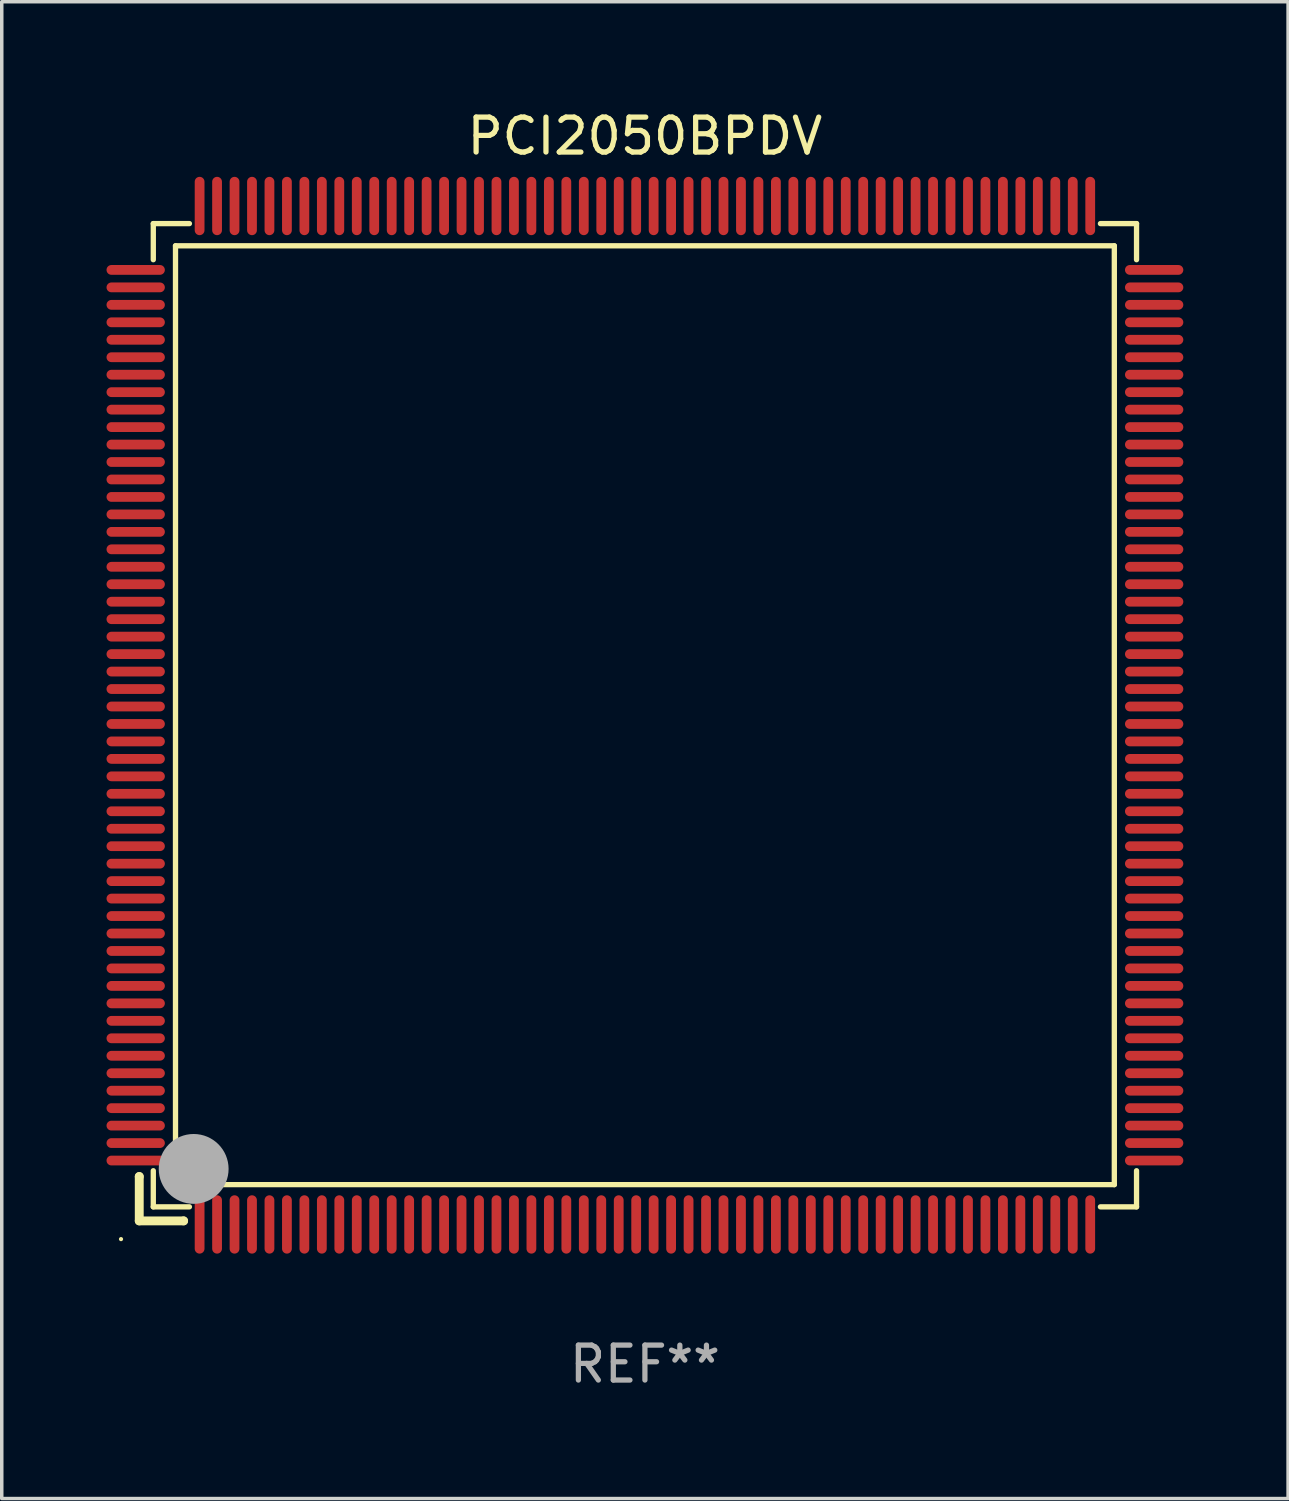
<source format=kicad_pcb>
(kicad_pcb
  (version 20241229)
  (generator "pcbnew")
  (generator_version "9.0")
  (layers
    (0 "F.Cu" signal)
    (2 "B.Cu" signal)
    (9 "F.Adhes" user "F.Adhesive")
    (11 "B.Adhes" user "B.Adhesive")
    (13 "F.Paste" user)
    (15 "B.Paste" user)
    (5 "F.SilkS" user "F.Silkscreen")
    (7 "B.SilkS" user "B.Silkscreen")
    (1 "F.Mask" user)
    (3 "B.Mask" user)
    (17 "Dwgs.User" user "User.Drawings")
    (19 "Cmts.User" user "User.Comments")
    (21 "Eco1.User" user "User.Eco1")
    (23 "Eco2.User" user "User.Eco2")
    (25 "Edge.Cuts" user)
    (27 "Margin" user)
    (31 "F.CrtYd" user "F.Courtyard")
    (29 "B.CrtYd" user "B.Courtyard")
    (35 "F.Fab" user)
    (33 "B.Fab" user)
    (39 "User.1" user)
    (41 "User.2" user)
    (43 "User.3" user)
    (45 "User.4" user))
  (footprint "PCI2050BPDV"
    (layer "F.Cu")
    (at 15.415 17.428)
    (property "Reference" "PCI2050BPDV" (at 0 -16.58 0) (layer "F.SilkS") (effects (font (size 1 1) (thickness 0.15))))
    (attr through_hole)
    (fp_line (start -14.478 13.208) (end -14.478 13.208) (stroke (width 0.254) (type solid)) (layer "F.SilkS"))
    (fp_line (start -14.478 13.208) (end -14.478 14.478) (stroke (width 0.254) (type solid)) (layer "F.SilkS"))
    (fp_line (start -14.478 14.478) (end -13.208 14.478) (stroke (width 0.254) (type solid)) (layer "F.SilkS"))
    (fp_line (start -14.076 -14.076) (end -14.076 -13.042) (stroke (width 0.152) (type solid)) (layer "F.SilkS"))
    (fp_line (start -14.076 14.076) (end -14.076 13.042) (stroke (width 0.152) (type solid)) (layer "F.SilkS"))
    (fp_line (start -13.44 -13.44) (end 13.44 -13.44) (stroke (width 0.152) (type solid)) (layer "F.SilkS"))
    (fp_line (start -13.44 13.44) (end -13.44 -13.44) (stroke (width 0.152) (type solid)) (layer "F.SilkS"))
    (fp_line (start -13.208 14.478) (end -13.208 14.478) (stroke (width 0.254) (type solid)) (layer "F.SilkS"))
    (fp_line (start -13.042 -14.076) (end -14.076 -14.076) (stroke (width 0.152) (type solid)) (layer "F.SilkS"))
    (fp_line (start -13.042 14.076) (end -14.076 14.076) (stroke (width 0.152) (type solid)) (layer "F.SilkS"))
    (fp_line (start 13.042 -14.076) (end 14.076 -14.076) (stroke (width 0.152) (type solid)) (layer "F.SilkS"))
    (fp_line (start 13.042 14.076) (end 14.076 14.076) (stroke (width 0.152) (type solid)) (layer "F.SilkS"))
    (fp_line (start 13.44 -13.44) (end 13.44 13.44) (stroke (width 0.152) (type solid)) (layer "F.SilkS"))
    (fp_line (start 13.44 13.44) (end -13.44 13.44) (stroke (width 0.152) (type solid)) (layer "F.SilkS"))
    (fp_line (start 14.076 -14.076) (end 14.076 -13.042) (stroke (width 0.152) (type solid)) (layer "F.SilkS"))
    (fp_line (start 14.076 14.076) (end 14.076 13.042) (stroke (width 0.152) (type solid)) (layer "F.SilkS"))
    (fp_circle (center -15 15) (end -14.97 15) (stroke (width 0.06) (type solid)) (fill no) (layer "F.SilkS"))
    (fp_circle (center -13.138 13.138) (end -13.063 13.138) (stroke (width 0.15) (type solid)) (fill no) (layer "F.SilkS"))
    (fp_circle (center -12.92 12.99) (end -12.42 12.99) (stroke (width 1) (type solid)) (fill no) (layer "F.Fab"))
    (fp_text user "REF**" (at 0 18.58 0) (layer "F.Fab") (effects (font (size 1 1) (thickness 0.15))))
    (pad "1" smd oval (at -12.75 14.58) (size 0.28 1.67) (layers "F.Cu" "F.Mask" "F.Paste"))
    (pad "2" smd oval (at -12.25 14.58) (size 0.28 1.67) (layers "F.Cu" "F.Mask" "F.Paste"))
    (pad "3" smd oval (at -11.75 14.58) (size 0.28 1.67) (layers "F.Cu" "F.Mask" "F.Paste"))
    (pad "4" smd oval (at -11.25 14.58) (size 0.28 1.67) (layers "F.Cu" "F.Mask" "F.Paste"))
    (pad "5" smd oval (at -10.75 14.58) (size 0.28 1.67) (layers "F.Cu" "F.Mask" "F.Paste"))
    (pad "6" smd oval (at -10.25 14.58) (size 0.28 1.67) (layers "F.Cu" "F.Mask" "F.Paste"))
    (pad "7" smd oval (at -9.75 14.58) (size 0.28 1.67) (layers "F.Cu" "F.Mask" "F.Paste"))
    (pad "8" smd oval (at -9.25 14.58) (size 0.28 1.67) (layers "F.Cu" "F.Mask" "F.Paste"))
    (pad "9" smd oval (at -8.75 14.58) (size 0.28 1.67) (layers "F.Cu" "F.Mask" "F.Paste"))
    (pad "10" smd oval (at -8.25 14.58) (size 0.28 1.67) (layers "F.Cu" "F.Mask" "F.Paste"))
    (pad "11" smd oval (at -7.75 14.58) (size 0.28 1.67) (layers "F.Cu" "F.Mask" "F.Paste"))
    (pad "12" smd oval (at -7.25 14.58) (size 0.28 1.67) (layers "F.Cu" "F.Mask" "F.Paste"))
    (pad "13" smd oval (at -6.75 14.58) (size 0.28 1.67) (layers "F.Cu" "F.Mask" "F.Paste"))
    (pad "14" smd oval (at -6.25 14.58) (size 0.28 1.67) (layers "F.Cu" "F.Mask" "F.Paste"))
    (pad "15" smd oval (at -5.75 14.58) (size 0.28 1.67) (layers "F.Cu" "F.Mask" "F.Paste"))
    (pad "16" smd oval (at -5.25 14.58) (size 0.28 1.67) (layers "F.Cu" "F.Mask" "F.Paste"))
    (pad "17" smd oval (at -4.75 14.58) (size 0.28 1.67) (layers "F.Cu" "F.Mask" "F.Paste"))
    (pad "18" smd oval (at -4.25 14.58) (size 0.28 1.67) (layers "F.Cu" "F.Mask" "F.Paste"))
    (pad "19" smd oval (at -3.75 14.58) (size 0.28 1.67) (layers "F.Cu" "F.Mask" "F.Paste"))
    (pad "20" smd oval (at -3.25 14.58) (size 0.28 1.67) (layers "F.Cu" "F.Mask" "F.Paste"))
    (pad "21" smd oval (at -2.75 14.58) (size 0.28 1.67) (layers "F.Cu" "F.Mask" "F.Paste"))
    (pad "22" smd oval (at -2.25 14.58) (size 0.28 1.67) (layers "F.Cu" "F.Mask" "F.Paste"))
    (pad "23" smd oval (at -1.75 14.58) (size 0.28 1.67) (layers "F.Cu" "F.Mask" "F.Paste"))
    (pad "24" smd oval (at -1.25 14.58) (size 0.28 1.67) (layers "F.Cu" "F.Mask" "F.Paste"))
    (pad "25" smd oval (at -0.75 14.58) (size 0.28 1.67) (layers "F.Cu" "F.Mask" "F.Paste"))
    (pad "26" smd oval (at -0.25 14.58) (size 0.28 1.67) (layers "F.Cu" "F.Mask" "F.Paste"))
    (pad "27" smd oval (at 0.25 14.58) (size 0.28 1.67) (layers "F.Cu" "F.Mask" "F.Paste"))
    (pad "28" smd oval (at 0.75 14.58) (size 0.28 1.67) (layers "F.Cu" "F.Mask" "F.Paste"))
    (pad "29" smd oval (at 1.25 14.58) (size 0.28 1.67) (layers "F.Cu" "F.Mask" "F.Paste"))
    (pad "30" smd oval (at 1.75 14.58) (size 0.28 1.67) (layers "F.Cu" "F.Mask" "F.Paste"))
    (pad "31" smd oval (at 2.25 14.58) (size 0.28 1.67) (layers "F.Cu" "F.Mask" "F.Paste"))
    (pad "32" smd oval (at 2.75 14.58) (size 0.28 1.67) (layers "F.Cu" "F.Mask" "F.Paste"))
    (pad "33" smd oval (at 3.25 14.58) (size 0.28 1.67) (layers "F.Cu" "F.Mask" "F.Paste"))
    (pad "34" smd oval (at 3.75 14.58) (size 0.28 1.67) (layers "F.Cu" "F.Mask" "F.Paste"))
    (pad "35" smd oval (at 4.25 14.58) (size 0.28 1.67) (layers "F.Cu" "F.Mask" "F.Paste"))
    (pad "36" smd oval (at 4.75 14.58) (size 0.28 1.67) (layers "F.Cu" "F.Mask" "F.Paste"))
    (pad "37" smd oval (at 5.25 14.58) (size 0.28 1.67) (layers "F.Cu" "F.Mask" "F.Paste"))
    (pad "38" smd oval (at 5.75 14.58) (size 0.28 1.67) (layers "F.Cu" "F.Mask" "F.Paste"))
    (pad "39" smd oval (at 6.25 14.58) (size 0.28 1.67) (layers "F.Cu" "F.Mask" "F.Paste"))
    (pad "40" smd oval (at 6.75 14.58) (size 0.28 1.67) (layers "F.Cu" "F.Mask" "F.Paste"))
    (pad "41" smd oval (at 7.25 14.58) (size 0.28 1.67) (layers "F.Cu" "F.Mask" "F.Paste"))
    (pad "42" smd oval (at 7.75 14.58) (size 0.28 1.67) (layers "F.Cu" "F.Mask" "F.Paste"))
    (pad "43" smd oval (at 8.25 14.58) (size 0.28 1.67) (layers "F.Cu" "F.Mask" "F.Paste"))
    (pad "44" smd oval (at 8.75 14.58) (size 0.28 1.67) (layers "F.Cu" "F.Mask" "F.Paste"))
    (pad "45" smd oval (at 9.25 14.58) (size 0.28 1.67) (layers "F.Cu" "F.Mask" "F.Paste"))
    (pad "46" smd oval (at 9.75 14.58) (size 0.28 1.67) (layers "F.Cu" "F.Mask" "F.Paste"))
    (pad "47" smd oval (at 10.25 14.58) (size 0.28 1.67) (layers "F.Cu" "F.Mask" "F.Paste"))
    (pad "48" smd oval (at 10.75 14.58) (size 0.28 1.67) (layers "F.Cu" "F.Mask" "F.Paste"))
    (pad "49" smd oval (at 11.25 14.58) (size 0.28 1.67) (layers "F.Cu" "F.Mask" "F.Paste"))
    (pad "50" smd oval (at 11.75 14.58) (size 0.28 1.67) (layers "F.Cu" "F.Mask" "F.Paste"))
    (pad "51" smd oval (at 12.25 14.58) (size 0.28 1.67) (layers "F.Cu" "F.Mask" "F.Paste"))
    (pad "52" smd oval (at 12.75 14.58) (size 0.28 1.67) (layers "F.Cu" "F.Mask" "F.Paste"))
    (pad "53" smd oval (at 14.58 12.75) (size 1.67 0.28) (layers "F.Cu" "F.Mask" "F.Paste"))
    (pad "54" smd oval (at 14.58 12.25) (size 1.67 0.28) (layers "F.Cu" "F.Mask" "F.Paste"))
    (pad "55" smd oval (at 14.58 11.75) (size 1.67 0.28) (layers "F.Cu" "F.Mask" "F.Paste"))
    (pad "56" smd oval (at 14.58 11.25) (size 1.67 0.28) (layers "F.Cu" "F.Mask" "F.Paste"))
    (pad "57" smd oval (at 14.58 10.75) (size 1.67 0.28) (layers "F.Cu" "F.Mask" "F.Paste"))
    (pad "58" smd oval (at 14.58 10.25) (size 1.67 0.28) (layers "F.Cu" "F.Mask" "F.Paste"))
    (pad "59" smd oval (at 14.58 9.75) (size 1.67 0.28) (layers "F.Cu" "F.Mask" "F.Paste"))
    (pad "60" smd oval (at 14.58 9.25) (size 1.67 0.28) (layers "F.Cu" "F.Mask" "F.Paste"))
    (pad "61" smd oval (at 14.58 8.75) (size 1.67 0.28) (layers "F.Cu" "F.Mask" "F.Paste"))
    (pad "62" smd oval (at 14.58 8.25) (size 1.67 0.28) (layers "F.Cu" "F.Mask" "F.Paste"))
    (pad "63" smd oval (at 14.58 7.75) (size 1.67 0.28) (layers "F.Cu" "F.Mask" "F.Paste"))
    (pad "64" smd oval (at 14.58 7.25) (size 1.67 0.28) (layers "F.Cu" "F.Mask" "F.Paste"))
    (pad "65" smd oval (at 14.58 6.75) (size 1.67 0.28) (layers "F.Cu" "F.Mask" "F.Paste"))
    (pad "66" smd oval (at 14.58 6.25) (size 1.67 0.28) (layers "F.Cu" "F.Mask" "F.Paste"))
    (pad "67" smd oval (at 14.58 5.75) (size 1.67 0.28) (layers "F.Cu" "F.Mask" "F.Paste"))
    (pad "68" smd oval (at 14.58 5.25) (size 1.67 0.28) (layers "F.Cu" "F.Mask" "F.Paste"))
    (pad "69" smd oval (at 14.58 4.75) (size 1.67 0.28) (layers "F.Cu" "F.Mask" "F.Paste"))
    (pad "70" smd oval (at 14.58 4.25) (size 1.67 0.28) (layers "F.Cu" "F.Mask" "F.Paste"))
    (pad "71" smd oval (at 14.58 3.75) (size 1.67 0.28) (layers "F.Cu" "F.Mask" "F.Paste"))
    (pad "72" smd oval (at 14.58 3.25) (size 1.67 0.28) (layers "F.Cu" "F.Mask" "F.Paste"))
    (pad "73" smd oval (at 14.58 2.75) (size 1.67 0.28) (layers "F.Cu" "F.Mask" "F.Paste"))
    (pad "74" smd oval (at 14.58 2.25) (size 1.67 0.28) (layers "F.Cu" "F.Mask" "F.Paste"))
    (pad "75" smd oval (at 14.58 1.75) (size 1.67 0.28) (layers "F.Cu" "F.Mask" "F.Paste"))
    (pad "76" smd oval (at 14.58 1.25) (size 1.67 0.28) (layers "F.Cu" "F.Mask" "F.Paste"))
    (pad "77" smd oval (at 14.58 0.75) (size 1.67 0.28) (layers "F.Cu" "F.Mask" "F.Paste"))
    (pad "78" smd oval (at 14.58 0.25) (size 1.67 0.28) (layers "F.Cu" "F.Mask" "F.Paste"))
    (pad "79" smd oval (at 14.58 -0.25) (size 1.67 0.28) (layers "F.Cu" "F.Mask" "F.Paste"))
    (pad "80" smd oval (at 14.58 -0.75) (size 1.67 0.28) (layers "F.Cu" "F.Mask" "F.Paste"))
    (pad "81" smd oval (at 14.58 -1.25) (size 1.67 0.28) (layers "F.Cu" "F.Mask" "F.Paste"))
    (pad "82" smd oval (at 14.58 -1.75) (size 1.67 0.28) (layers "F.Cu" "F.Mask" "F.Paste"))
    (pad "83" smd oval (at 14.58 -2.25) (size 1.67 0.28) (layers "F.Cu" "F.Mask" "F.Paste"))
    (pad "84" smd oval (at 14.58 -2.75) (size 1.67 0.28) (layers "F.Cu" "F.Mask" "F.Paste"))
    (pad "85" smd oval (at 14.58 -3.25) (size 1.67 0.28) (layers "F.Cu" "F.Mask" "F.Paste"))
    (pad "86" smd oval (at 14.58 -3.75) (size 1.67 0.28) (layers "F.Cu" "F.Mask" "F.Paste"))
    (pad "87" smd oval (at 14.58 -4.25) (size 1.67 0.28) (layers "F.Cu" "F.Mask" "F.Paste"))
    (pad "88" smd oval (at 14.58 -4.75) (size 1.67 0.28) (layers "F.Cu" "F.Mask" "F.Paste"))
    (pad "89" smd oval (at 14.58 -5.25) (size 1.67 0.28) (layers "F.Cu" "F.Mask" "F.Paste"))
    (pad "90" smd oval (at 14.58 -5.75) (size 1.67 0.28) (layers "F.Cu" "F.Mask" "F.Paste"))
    (pad "91" smd oval (at 14.58 -6.25) (size 1.67 0.28) (layers "F.Cu" "F.Mask" "F.Paste"))
    (pad "92" smd oval (at 14.58 -6.75) (size 1.67 0.28) (layers "F.Cu" "F.Mask" "F.Paste"))
    (pad "93" smd oval (at 14.58 -7.25) (size 1.67 0.28) (layers "F.Cu" "F.Mask" "F.Paste"))
    (pad "94" smd oval (at 14.58 -7.75) (size 1.67 0.28) (layers "F.Cu" "F.Mask" "F.Paste"))
    (pad "95" smd oval (at 14.58 -8.25) (size 1.67 0.28) (layers "F.Cu" "F.Mask" "F.Paste"))
    (pad "96" smd oval (at 14.58 -8.75) (size 1.67 0.28) (layers "F.Cu" "F.Mask" "F.Paste"))
    (pad "97" smd oval (at 14.58 -9.25) (size 1.67 0.28) (layers "F.Cu" "F.Mask" "F.Paste"))
    (pad "98" smd oval (at 14.58 -9.75) (size 1.67 0.28) (layers "F.Cu" "F.Mask" "F.Paste"))
    (pad "99" smd oval (at 14.58 -10.25) (size 1.67 0.28) (layers "F.Cu" "F.Mask" "F.Paste"))
    (pad "100" smd oval (at 14.58 -10.75) (size 1.67 0.28) (layers "F.Cu" "F.Mask" "F.Paste"))
    (pad "101" smd oval (at 14.58 -11.25) (size 1.67 0.28) (layers "F.Cu" "F.Mask" "F.Paste"))
    (pad "102" smd oval (at 14.58 -11.75) (size 1.67 0.28) (layers "F.Cu" "F.Mask" "F.Paste"))
    (pad "103" smd oval (at 14.58 -12.25) (size 1.67 0.28) (layers "F.Cu" "F.Mask" "F.Paste"))
    (pad "104" smd oval (at 14.58 -12.75) (size 1.67 0.28) (layers "F.Cu" "F.Mask" "F.Paste"))
    (pad "105" smd oval (at 12.75 -14.58) (size 0.28 1.67) (layers "F.Cu" "F.Mask" "F.Paste"))
    (pad "106" smd oval (at 12.25 -14.58) (size 0.28 1.67) (layers "F.Cu" "F.Mask" "F.Paste"))
    (pad "107" smd oval (at 11.75 -14.58) (size 0.28 1.67) (layers "F.Cu" "F.Mask" "F.Paste"))
    (pad "108" smd oval (at 11.25 -14.58) (size 0.28 1.67) (layers "F.Cu" "F.Mask" "F.Paste"))
    (pad "109" smd oval (at 10.75 -14.58) (size 0.28 1.67) (layers "F.Cu" "F.Mask" "F.Paste"))
    (pad "110" smd oval (at 10.25 -14.58) (size 0.28 1.67) (layers "F.Cu" "F.Mask" "F.Paste"))
    (pad "111" smd oval (at 9.75 -14.58) (size 0.28 1.67) (layers "F.Cu" "F.Mask" "F.Paste"))
    (pad "112" smd oval (at 9.25 -14.58) (size 0.28 1.67) (layers "F.Cu" "F.Mask" "F.Paste"))
    (pad "113" smd oval (at 8.75 -14.58) (size 0.28 1.67) (layers "F.Cu" "F.Mask" "F.Paste"))
    (pad "114" smd oval (at 8.25 -14.58) (size 0.28 1.67) (layers "F.Cu" "F.Mask" "F.Paste"))
    (pad "115" smd oval (at 7.75 -14.58) (size 0.28 1.67) (layers "F.Cu" "F.Mask" "F.Paste"))
    (pad "116" smd oval (at 7.25 -14.58) (size 0.28 1.67) (layers "F.Cu" "F.Mask" "F.Paste"))
    (pad "117" smd oval (at 6.75 -14.58) (size 0.28 1.67) (layers "F.Cu" "F.Mask" "F.Paste"))
    (pad "118" smd oval (at 6.25 -14.58) (size 0.28 1.67) (layers "F.Cu" "F.Mask" "F.Paste"))
    (pad "119" smd oval (at 5.75 -14.58) (size 0.28 1.67) (layers "F.Cu" "F.Mask" "F.Paste"))
    (pad "120" smd oval (at 5.25 -14.58) (size 0.28 1.67) (layers "F.Cu" "F.Mask" "F.Paste"))
    (pad "121" smd oval (at 4.75 -14.58) (size 0.28 1.67) (layers "F.Cu" "F.Mask" "F.Paste"))
    (pad "122" smd oval (at 4.25 -14.58) (size 0.28 1.67) (layers "F.Cu" "F.Mask" "F.Paste"))
    (pad "123" smd oval (at 3.75 -14.58) (size 0.28 1.67) (layers "F.Cu" "F.Mask" "F.Paste"))
    (pad "124" smd oval (at 3.25 -14.58) (size 0.28 1.67) (layers "F.Cu" "F.Mask" "F.Paste"))
    (pad "125" smd oval (at 2.75 -14.58) (size 0.28 1.67) (layers "F.Cu" "F.Mask" "F.Paste"))
    (pad "126" smd oval (at 2.25 -14.58) (size 0.28 1.67) (layers "F.Cu" "F.Mask" "F.Paste"))
    (pad "127" smd oval (at 1.75 -14.58) (size 0.28 1.67) (layers "F.Cu" "F.Mask" "F.Paste"))
    (pad "128" smd oval (at 1.25 -14.58) (size 0.28 1.67) (layers "F.Cu" "F.Mask" "F.Paste"))
    (pad "129" smd oval (at 0.75 -14.58) (size 0.28 1.67) (layers "F.Cu" "F.Mask" "F.Paste"))
    (pad "130" smd oval (at 0.25 -14.58) (size 0.28 1.67) (layers "F.Cu" "F.Mask" "F.Paste"))
    (pad "131" smd oval (at -0.25 -14.58) (size 0.28 1.67) (layers "F.Cu" "F.Mask" "F.Paste"))
    (pad "132" smd oval (at -0.75 -14.58) (size 0.28 1.67) (layers "F.Cu" "F.Mask" "F.Paste"))
    (pad "133" smd oval (at -1.25 -14.58) (size 0.28 1.67) (layers "F.Cu" "F.Mask" "F.Paste"))
    (pad "134" smd oval (at -1.75 -14.58) (size 0.28 1.67) (layers "F.Cu" "F.Mask" "F.Paste"))
    (pad "135" smd oval (at -2.25 -14.58) (size 0.28 1.67) (layers "F.Cu" "F.Mask" "F.Paste"))
    (pad "136" smd oval (at -2.75 -14.58) (size 0.28 1.67) (layers "F.Cu" "F.Mask" "F.Paste"))
    (pad "137" smd oval (at -3.25 -14.58) (size 0.28 1.67) (layers "F.Cu" "F.Mask" "F.Paste"))
    (pad "138" smd oval (at -3.75 -14.58) (size 0.28 1.67) (layers "F.Cu" "F.Mask" "F.Paste"))
    (pad "139" smd oval (at -4.25 -14.58) (size 0.28 1.67) (layers "F.Cu" "F.Mask" "F.Paste"))
    (pad "140" smd oval (at -4.75 -14.58) (size 0.28 1.67) (layers "F.Cu" "F.Mask" "F.Paste"))
    (pad "141" smd oval (at -5.25 -14.58) (size 0.28 1.67) (layers "F.Cu" "F.Mask" "F.Paste"))
    (pad "142" smd oval (at -5.75 -14.58) (size 0.28 1.67) (layers "F.Cu" "F.Mask" "F.Paste"))
    (pad "143" smd oval (at -6.25 -14.58) (size 0.28 1.67) (layers "F.Cu" "F.Mask" "F.Paste"))
    (pad "144" smd oval (at -6.75 -14.58) (size 0.28 1.67) (layers "F.Cu" "F.Mask" "F.Paste"))
    (pad "145" smd oval (at -7.25 -14.58) (size 0.28 1.67) (layers "F.Cu" "F.Mask" "F.Paste"))
    (pad "146" smd oval (at -7.75 -14.58) (size 0.28 1.67) (layers "F.Cu" "F.Mask" "F.Paste"))
    (pad "147" smd oval (at -8.25 -14.58) (size 0.28 1.67) (layers "F.Cu" "F.Mask" "F.Paste"))
    (pad "148" smd oval (at -8.75 -14.58) (size 0.28 1.67) (layers "F.Cu" "F.Mask" "F.Paste"))
    (pad "149" smd oval (at -9.25 -14.58) (size 0.28 1.67) (layers "F.Cu" "F.Mask" "F.Paste"))
    (pad "150" smd oval (at -9.75 -14.58) (size 0.28 1.67) (layers "F.Cu" "F.Mask" "F.Paste"))
    (pad "151" smd oval (at -10.25 -14.58) (size 0.28 1.67) (layers "F.Cu" "F.Mask" "F.Paste"))
    (pad "152" smd oval (at -10.75 -14.58) (size 0.28 1.67) (layers "F.Cu" "F.Mask" "F.Paste"))
    (pad "153" smd oval (at -11.25 -14.58) (size 0.28 1.67) (layers "F.Cu" "F.Mask" "F.Paste"))
    (pad "154" smd oval (at -11.75 -14.58) (size 0.28 1.67) (layers "F.Cu" "F.Mask" "F.Paste"))
    (pad "155" smd oval (at -12.25 -14.58) (size 0.28 1.67) (layers "F.Cu" "F.Mask" "F.Paste"))
    (pad "156" smd oval (at -12.75 -14.58) (size 0.28 1.67) (layers "F.Cu" "F.Mask" "F.Paste"))
    (pad "157" smd oval (at -14.58 -12.75) (size 1.67 0.28) (layers "F.Cu" "F.Mask" "F.Paste"))
    (pad "158" smd oval (at -14.58 -12.25) (size 1.67 0.28) (layers "F.Cu" "F.Mask" "F.Paste"))
    (pad "159" smd oval (at -14.58 -11.75) (size 1.67 0.28) (layers "F.Cu" "F.Mask" "F.Paste"))
    (pad "160" smd oval (at -14.58 -11.25) (size 1.67 0.28) (layers "F.Cu" "F.Mask" "F.Paste"))
    (pad "161" smd oval (at -14.58 -10.75) (size 1.67 0.28) (layers "F.Cu" "F.Mask" "F.Paste"))
    (pad "162" smd oval (at -14.58 -10.25) (size 1.67 0.28) (layers "F.Cu" "F.Mask" "F.Paste"))
    (pad "163" smd oval (at -14.58 -9.75) (size 1.67 0.28) (layers "F.Cu" "F.Mask" "F.Paste"))
    (pad "164" smd oval (at -14.58 -9.25) (size 1.67 0.28) (layers "F.Cu" "F.Mask" "F.Paste"))
    (pad "165" smd oval (at -14.58 -8.75) (size 1.67 0.28) (layers "F.Cu" "F.Mask" "F.Paste"))
    (pad "166" smd oval (at -14.58 -8.25) (size 1.67 0.28) (layers "F.Cu" "F.Mask" "F.Paste"))
    (pad "167" smd oval (at -14.58 -7.75) (size 1.67 0.28) (layers "F.Cu" "F.Mask" "F.Paste"))
    (pad "168" smd oval (at -14.58 -7.25) (size 1.67 0.28) (layers "F.Cu" "F.Mask" "F.Paste"))
    (pad "169" smd oval (at -14.58 -6.75) (size 1.67 0.28) (layers "F.Cu" "F.Mask" "F.Paste"))
    (pad "170" smd oval (at -14.58 -6.25) (size 1.67 0.28) (layers "F.Cu" "F.Mask" "F.Paste"))
    (pad "171" smd oval (at -14.58 -5.75) (size 1.67 0.28) (layers "F.Cu" "F.Mask" "F.Paste"))
    (pad "172" smd oval (at -14.58 -5.25) (size 1.67 0.28) (layers "F.Cu" "F.Mask" "F.Paste"))
    (pad "173" smd oval (at -14.58 -4.75) (size 1.67 0.28) (layers "F.Cu" "F.Mask" "F.Paste"))
    (pad "174" smd oval (at -14.58 -4.25) (size 1.67 0.28) (layers "F.Cu" "F.Mask" "F.Paste"))
    (pad "175" smd oval (at -14.58 -3.75) (size 1.67 0.28) (layers "F.Cu" "F.Mask" "F.Paste"))
    (pad "176" smd oval (at -14.58 -3.25) (size 1.67 0.28) (layers "F.Cu" "F.Mask" "F.Paste"))
    (pad "177" smd oval (at -14.58 -2.75) (size 1.67 0.28) (layers "F.Cu" "F.Mask" "F.Paste"))
    (pad "178" smd oval (at -14.58 -2.25) (size 1.67 0.28) (layers "F.Cu" "F.Mask" "F.Paste"))
    (pad "179" smd oval (at -14.58 -1.75) (size 1.67 0.28) (layers "F.Cu" "F.Mask" "F.Paste"))
    (pad "180" smd oval (at -14.58 -1.25) (size 1.67 0.28) (layers "F.Cu" "F.Mask" "F.Paste"))
    (pad "181" smd oval (at -14.58 -0.75) (size 1.67 0.28) (layers "F.Cu" "F.Mask" "F.Paste"))
    (pad "182" smd oval (at -14.58 -0.25) (size 1.67 0.28) (layers "F.Cu" "F.Mask" "F.Paste"))
    (pad "183" smd oval (at -14.58 0.25) (size 1.67 0.28) (layers "F.Cu" "F.Mask" "F.Paste"))
    (pad "184" smd oval (at -14.58 0.75) (size 1.67 0.28) (layers "F.Cu" "F.Mask" "F.Paste"))
    (pad "185" smd oval (at -14.58 1.25) (size 1.67 0.28) (layers "F.Cu" "F.Mask" "F.Paste"))
    (pad "186" smd oval (at -14.58 1.75) (size 1.67 0.28) (layers "F.Cu" "F.Mask" "F.Paste"))
    (pad "187" smd oval (at -14.58 2.25) (size 1.67 0.28) (layers "F.Cu" "F.Mask" "F.Paste"))
    (pad "188" smd oval (at -14.58 2.75) (size 1.67 0.28) (layers "F.Cu" "F.Mask" "F.Paste"))
    (pad "189" smd oval (at -14.58 3.25) (size 1.67 0.28) (layers "F.Cu" "F.Mask" "F.Paste"))
    (pad "190" smd oval (at -14.58 3.75) (size 1.67 0.28) (layers "F.Cu" "F.Mask" "F.Paste"))
    (pad "191" smd oval (at -14.58 4.25) (size 1.67 0.28) (layers "F.Cu" "F.Mask" "F.Paste"))
    (pad "192" smd oval (at -14.58 4.75) (size 1.67 0.28) (layers "F.Cu" "F.Mask" "F.Paste"))
    (pad "193" smd oval (at -14.58 5.25) (size 1.67 0.28) (layers "F.Cu" "F.Mask" "F.Paste"))
    (pad "194" smd oval (at -14.58 5.75) (size 1.67 0.28) (layers "F.Cu" "F.Mask" "F.Paste"))
    (pad "195" smd oval (at -14.58 6.25) (size 1.67 0.28) (layers "F.Cu" "F.Mask" "F.Paste"))
    (pad "196" smd oval (at -14.58 6.75) (size 1.67 0.28) (layers "F.Cu" "F.Mask" "F.Paste"))
    (pad "197" smd oval (at -14.58 7.25) (size 1.67 0.28) (layers "F.Cu" "F.Mask" "F.Paste"))
    (pad "198" smd oval (at -14.58 7.75) (size 1.67 0.28) (layers "F.Cu" "F.Mask" "F.Paste"))
    (pad "199" smd oval (at -14.58 8.25) (size 1.67 0.28) (layers "F.Cu" "F.Mask" "F.Paste"))
    (pad "200" smd oval (at -14.58 8.75) (size 1.67 0.28) (layers "F.Cu" "F.Mask" "F.Paste"))
    (pad "201" smd oval (at -14.58 9.25) (size 1.67 0.28) (layers "F.Cu" "F.Mask" "F.Paste"))
    (pad "202" smd oval (at -14.58 9.75) (size 1.67 0.28) (layers "F.Cu" "F.Mask" "F.Paste"))
    (pad "203" smd oval (at -14.58 10.25) (size 1.67 0.28) (layers "F.Cu" "F.Mask" "F.Paste"))
    (pad "204" smd oval (at -14.58 10.75) (size 1.67 0.28) (layers "F.Cu" "F.Mask" "F.Paste"))
    (pad "205" smd oval (at -14.58 11.25) (size 1.67 0.28) (layers "F.Cu" "F.Mask" "F.Paste"))
    (pad "206" smd oval (at -14.58 11.75) (size 1.67 0.28) (layers "F.Cu" "F.Mask" "F.Paste"))
    (pad "207" smd oval (at -14.58 12.25) (size 1.67 0.28) (layers "F.Cu" "F.Mask" "F.Paste"))
    (pad "208" smd oval (at -14.58 12.75) (size 1.67 0.28) (layers "F.Cu" "F.Mask" "F.Paste")))
  (gr_rect
    (start -3 -3)
    (end 33.83 39.856)
    (stroke (width 0.1) (type default))
    (fill no)
    (layer "Edge.Cuts")))
</source>
